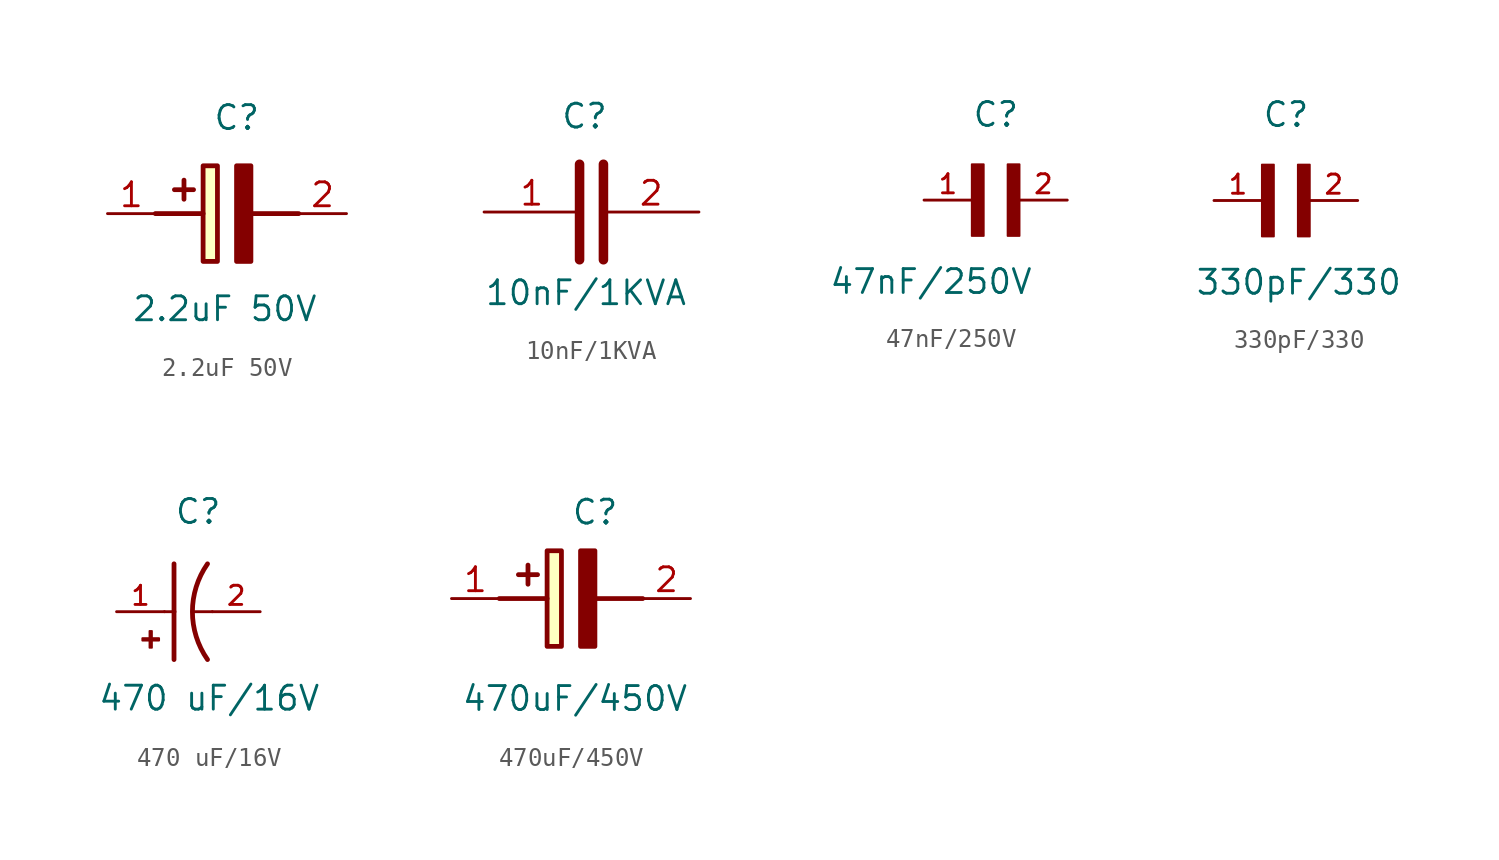
<source format=kicad_sym>
(kicad_symbol_lib
  (version 20231120)
  (generator "kicad_symbol_editor")
  (generator_version "8.0")
  (symbol "2.2uF 50V"
    (pin_names hide)
    (property "Reference" "C"
      (at 5.588 5.842 0)
      (effects (font (size 1.27 1.27)) (justify left top)))
    (property "Value" "2.2uF 50V"
      (at 1.27 -4.318 0)
      (effects (font (size 1.27 1.27)) (justify left top)))
    (symbol "2.2uF 50V_1_1"
      (polyline (pts (xy 2.54 0) (xy 5.08 0)) (stroke (width 0.254) (type default)) (fill (type none)))
      (polyline (pts (xy 4.064 1.778) (xy 4.064 0.762)) (stroke (width 0.254) (type default)) (fill (type none)))
      (polyline (pts (xy 4.572 1.27) (xy 3.556 1.27)) (stroke (width 0.254) (type default)) (fill (type none)))
      (polyline (pts (xy 7.62 0) (xy 10.16 0)) (stroke (width 0.254) (type default)) (fill (type none)))
      (polyline (pts (xy 7.62 2.54) (xy 7.62 -2.54) (xy 6.858 -2.54) (xy 6.858 2.54) (xy 7.62 2.54)) (stroke (width 0.254) (type default)) (fill (type outline)))
      (rectangle (start 5.08 2.54) (end 5.842 -2.54) (stroke (width 0.254) (type default)) (fill (type background)))
      (pin passive line (at 0 0 0) (length 2.54) (name "+" (effects (font (size 1.27 1.27)))) (number "1" (effects (font (size 1.27 1.27)))))
      (pin passive line (at 12.7 0 180) (length 2.54) (name "-" (effects (font (size 1.27 1.27)))) (number "2" (effects (font (size 1.27 1.27)))))))
  (symbol "10nF/1KVA"
    (property "Reference" "C"
      (at -1.016 5.842 0)
      (effects (font (size 1.27 1.27)) (justify left top)))
    (property "Value" "10nF/1KVA"
      (at -5.08 -3.556 0)
      (effects (font (size 1.27 1.27)) (justify left top)))
    (symbol "10nF/1KVA_0_1"
      (polyline (pts (xy 0 -2.54) (xy 0 2.54)) (stroke (width 0.508) (type default)) (fill (type none)))
      (polyline (pts (xy 1.27 -2.54) (xy 1.27 2.54)) (stroke (width 0.508) (type default)) (fill (type none))))
    (symbol "10nF/1KVA_1_1"
      (pin passive line (at -5.08 0 0) (length 5.08) (name "" (effects (font (size 1.27 1.27)))) (number "1" (effects (font (size 1.27 1.27)))))
      (pin passive line (at 6.35 0 180) (length 5.08) (name "" (effects (font (size 1.27 1.27)))) (number "2" (effects (font (size 1.27 1.27)))))))
  (symbol "47nF/250V"
    (pin_names
      (offset 1.016))
    (property "Reference" "C"
      (at 0 3.811 0)
      (effects (font (size 1.27 1.27)) (justify left bottom)))
    (property "Value" "47nF/250V"
      (at -7.62 -5.08 0)
      (effects (font (size 1.27 1.27)) (justify left bottom)))
    (symbol "47nF/250V_0_0"
      (rectangle (start 0 -1.907) (end 0.635 1.905) (stroke (width 0.1) (type default)) (fill (type outline)))
      (rectangle (start 1.907 -1.907) (end 2.54 1.905) (stroke (width 0.1) (type default)) (fill (type outline)))
      (pin passive line (at -2.54 0 0) (length 2.54) (name "~" (effects (font (size 1.016 1.016)))) (number "1" (effects (font (size 1.016 1.016)))))
      (pin passive line (at 5.08 0 180) (length 2.54) (name "~" (effects (font (size 1.016 1.016)))) (number "2" (effects (font (size 1.016 1.016)))))))
  (symbol "330pF/330"
    (pin_names
      (offset 1.016))
    (property "Reference" "C"
      (at 0 3.811 0)
      (effects (font (size 1.27 1.27)) (justify left bottom)))
    (property "Value" "330pF/330"
      (at -3.556 -5.08 0)
      (effects (font (size 1.27 1.27)) (justify left bottom)))
    (symbol "330pF/330_0_0"
      (rectangle (start 0 -1.907) (end 0.635 1.905) (stroke (width 0.1) (type default)) (fill (type outline)))
      (rectangle (start 1.907 -1.907) (end 2.54 1.905) (stroke (width 0.1) (type default)) (fill (type outline)))
      (pin passive line (at -2.54 0 0) (length 2.54) (name "~" (effects (font (size 1.016 1.016)))) (number "1" (effects (font (size 1.016 1.016)))))
      (pin passive line (at 5.08 0 180) (length 2.54) (name "~" (effects (font (size 1.016 1.016)))) (number "2" (effects (font (size 1.016 1.016)))))))
  (symbol "470 uF/16V"
    (pin_names
      (offset 1.016))
    (property "Reference" "C"
      (at 0.508 4.572 0)
      (effects (font (size 1.27 1.27)) (justify left bottom)))
    (property "Value" "470 uF/16V"
      (at -3.556 -5.334 0)
      (effects (font (size 1.27 1.27)) (justify left bottom)))
    (symbol "470 uF/16V_0_0"
      (rectangle (start -1.173 -1.532) (end -0.284 -1.405) (stroke (width 0.1) (type default)) (fill (type outline)))
      (rectangle (start -0.792 -1.913) (end -0.665 -1.024) (stroke (width 0.1) (type default)) (fill (type outline)))
      (polyline (pts (xy 0 0) (xy 0.508 0)) (stroke (width 0.152) (type default)) (fill (type none)))
      (polyline (pts (xy 0.508 0) (xy 0.508 -2.54)) (stroke (width 0.254) (type default)) (fill (type none)))
      (polyline (pts (xy 0.508 2.54) (xy 0.508 0)) (stroke (width 0.254) (type default)) (fill (type none)))
      (polyline (pts (xy 2.54 0) (xy 1.524 0)) (stroke (width 0.152) (type default)) (fill (type none)))
      (arc (start 2.286 2.54) (mid 1.4851 0) (end 2.286 -2.54) (stroke (width 0.254) (type default)) (fill (type none)))
      (pin passive line (at -2.54 0 0) (length 2.54) (name "~" (effects (font (size 1.016 1.016)))) (number "1" (effects (font (size 1.016 1.016)))))
      (pin passive line (at 5.08 0 180) (length 2.54) (name "~" (effects (font (size 1.016 1.016)))) (number "2" (effects (font (size 1.016 1.016)))))))
  (symbol "470uF/450V"
    (pin_names hide)
    (property "Reference" "C"
      (at 6.35 5.334 0)
      (effects (font (size 1.27 1.27)) (justify left top)))
    (property "Value" "470uF/450V"
      (at 0.508 -4.572 0)
      (effects (font (size 1.27 1.27)) (justify left top)))
    (symbol "470uF/450V_1_1"
      (polyline (pts (xy 2.54 0) (xy 5.08 0)) (stroke (width 0.254) (type default)) (fill (type none)))
      (polyline (pts (xy 4.064 1.778) (xy 4.064 0.762)) (stroke (width 0.254) (type default)) (fill (type none)))
      (polyline (pts (xy 4.572 1.27) (xy 3.556 1.27)) (stroke (width 0.254) (type default)) (fill (type none)))
      (polyline (pts (xy 7.62 0) (xy 10.16 0)) (stroke (width 0.254) (type default)) (fill (type none)))
      (polyline (pts (xy 7.62 2.54) (xy 7.62 -2.54) (xy 6.858 -2.54) (xy 6.858 2.54) (xy 7.62 2.54)) (stroke (width 0.254) (type default)) (fill (type outline)))
      (rectangle (start 5.08 2.54) (end 5.842 -2.54) (stroke (width 0.254) (type default)) (fill (type background)))
      (pin passive line (at 0 0 0) (length 2.54) (name "+" (effects (font (size 1.27 1.27)))) (number "1" (effects (font (size 1.27 1.27)))))
      (pin passive line (at 12.7 0 180) (length 2.54) (name "-" (effects (font (size 1.27 1.27)))) (number "2" (effects (font (size 1.27 1.27))))))))
</source>
